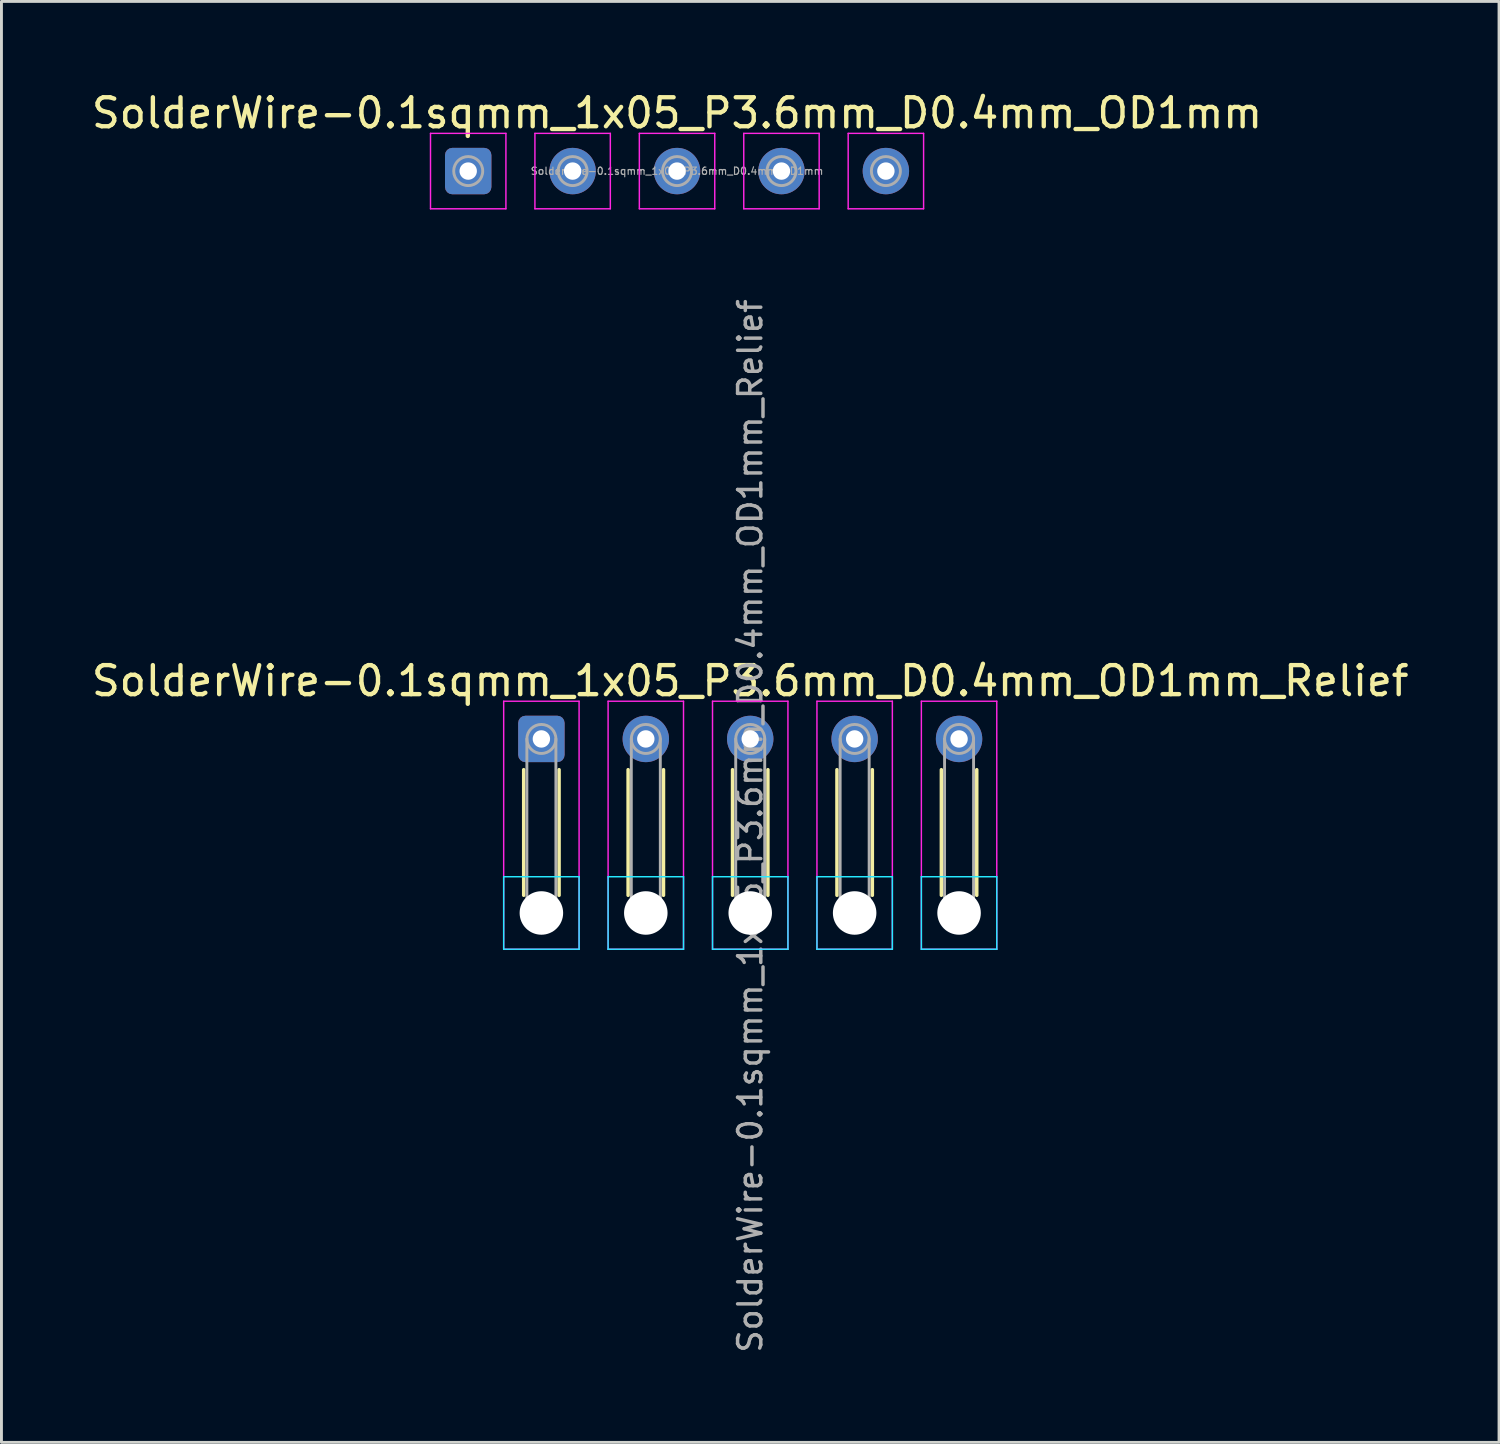
<source format=kicad_pcb>
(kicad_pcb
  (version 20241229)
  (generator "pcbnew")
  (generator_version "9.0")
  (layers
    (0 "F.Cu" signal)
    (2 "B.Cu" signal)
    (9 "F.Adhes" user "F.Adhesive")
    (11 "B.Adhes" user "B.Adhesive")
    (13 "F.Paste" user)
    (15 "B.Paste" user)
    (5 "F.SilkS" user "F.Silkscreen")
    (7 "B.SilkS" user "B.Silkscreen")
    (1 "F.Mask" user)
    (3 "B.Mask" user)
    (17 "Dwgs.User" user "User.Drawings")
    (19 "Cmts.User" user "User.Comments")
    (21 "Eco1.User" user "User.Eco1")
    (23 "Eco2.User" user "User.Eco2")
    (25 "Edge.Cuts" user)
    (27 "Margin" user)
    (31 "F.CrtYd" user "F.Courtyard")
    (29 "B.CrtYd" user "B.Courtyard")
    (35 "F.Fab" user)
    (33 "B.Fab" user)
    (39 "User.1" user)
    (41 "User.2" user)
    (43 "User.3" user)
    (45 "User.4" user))
  (footprint "SolderWire-0.1sqmm_1x05_P3.6mm_D0.4mm_OD1mm"
    (layer "F.Cu")
    (at 13.092 2.848)
    (property "Reference" "SolderWire-0.1sqmm_1x05_P3.6mm_D0.4mm_OD1mm" (at 7.2 -2 0) (layer "F.SilkS") (effects (font (size 1 1) (thickness 0.15))))
    (attr exclude_from_pos_files exclude_from_bom)
    (fp_line (start -1.3 -1.3) (end -1.3 1.3) (stroke (width 0.05) (type solid)) (layer "F.CrtYd"))
    (fp_line (start -1.3 1.3) (end 1.3 1.3) (stroke (width 0.05) (type solid)) (layer "F.CrtYd"))
    (fp_line (start 1.3 -1.3) (end -1.3 -1.3) (stroke (width 0.05) (type solid)) (layer "F.CrtYd"))
    (fp_line (start 1.3 1.3) (end 1.3 -1.3) (stroke (width 0.05) (type solid)) (layer "F.CrtYd"))
    (fp_line (start 2.3 -1.3) (end 2.3 1.3) (stroke (width 0.05) (type solid)) (layer "F.CrtYd"))
    (fp_line (start 2.3 1.3) (end 4.9 1.3) (stroke (width 0.05) (type solid)) (layer "F.CrtYd"))
    (fp_line (start 4.9 -1.3) (end 2.3 -1.3) (stroke (width 0.05) (type solid)) (layer "F.CrtYd"))
    (fp_line (start 4.9 1.3) (end 4.9 -1.3) (stroke (width 0.05) (type solid)) (layer "F.CrtYd"))
    (fp_line (start 5.9 -1.3) (end 5.9 1.3) (stroke (width 0.05) (type solid)) (layer "F.CrtYd"))
    (fp_line (start 5.9 1.3) (end 8.5 1.3) (stroke (width 0.05) (type solid)) (layer "F.CrtYd"))
    (fp_line (start 8.5 -1.3) (end 5.9 -1.3) (stroke (width 0.05) (type solid)) (layer "F.CrtYd"))
    (fp_line (start 8.5 1.3) (end 8.5 -1.3) (stroke (width 0.05) (type solid)) (layer "F.CrtYd"))
    (fp_line (start 9.5 -1.3) (end 9.5 1.3) (stroke (width 0.05) (type solid)) (layer "F.CrtYd"))
    (fp_line (start 9.5 1.3) (end 12.1 1.3) (stroke (width 0.05) (type solid)) (layer "F.CrtYd"))
    (fp_line (start 12.1 -1.3) (end 9.5 -1.3) (stroke (width 0.05) (type solid)) (layer "F.CrtYd"))
    (fp_line (start 12.1 1.3) (end 12.1 -1.3) (stroke (width 0.05) (type solid)) (layer "F.CrtYd"))
    (fp_line (start 13.1 -1.3) (end 13.1 1.3) (stroke (width 0.05) (type solid)) (layer "F.CrtYd"))
    (fp_line (start 13.1 1.3) (end 15.7 1.3) (stroke (width 0.05) (type solid)) (layer "F.CrtYd"))
    (fp_line (start 15.7 -1.3) (end 13.1 -1.3) (stroke (width 0.05) (type solid)) (layer "F.CrtYd"))
    (fp_line (start 15.7 1.3) (end 15.7 -1.3) (stroke (width 0.05) (type solid)) (layer "F.CrtYd"))
    (fp_circle (center 0 0) (end 0.5 0) (stroke (width 0.1) (type solid)) (fill no) (layer "F.Fab"))
    (fp_circle (center 3.6 0) (end 4.1 0) (stroke (width 0.1) (type solid)) (fill no) (layer "F.Fab"))
    (fp_circle (center 7.2 0) (end 7.7 0) (stroke (width 0.1) (type solid)) (fill no) (layer "F.Fab"))
    (fp_circle (center 10.8 0) (end 11.3 0) (stroke (width 0.1) (type solid)) (fill no) (layer "F.Fab"))
    (fp_circle (center 14.4 0) (end 14.9 0) (stroke (width 0.1) (type solid)) (fill no) (layer "F.Fab"))
    (fp_text user "${REFERENCE}" (at 7.2 0 0) (layer "F.Fab") (effects (font (size 0.25 0.25) (thickness 0.04))))
    (pad "1" thru_hole roundrect (at 0 0) (size 1.6 1.6) (drill 0.6) (layers "*.Cu" "*.Mask") (roundrect_rratio 0.156))
    (pad "2" thru_hole circle (at 3.6 0) (size 1.6 1.6) (drill 0.6) (layers "*.Cu" "*.Mask"))
    (pad "3" thru_hole circle (at 7.2 0) (size 1.6 1.6) (drill 0.6) (layers "*.Cu" "*.Mask"))
    (pad "4" thru_hole circle (at 10.8 0) (size 1.6 1.6) (drill 0.6) (layers "*.Cu" "*.Mask"))
    (pad "5" thru_hole circle (at 14.4 0) (size 1.6 1.6) (drill 0.6) (layers "*.Cu" "*.Mask")))
  (footprint "SolderWire-0.1sqmm_1x05_P3.6mm_D0.4mm_OD1mm_Relief"
    (layer "F.Cu")
    (at 15.615 22.426)
    (property "Reference" "SolderWire-0.1sqmm_1x05_P3.6mm_D0.4mm_OD1mm_Relief" (at 7.2 -2 0) (layer "F.SilkS") (effects (font (size 1 1) (thickness 0.15))))
    (attr exclude_from_pos_files exclude_from_bom)
    (fp_line (start -0.61 1.06) (end -0.61 5.39) (stroke (width 0.12) (type solid)) (layer "F.SilkS"))
    (fp_line (start 0.61 1.06) (end 0.61 5.39) (stroke (width 0.12) (type solid)) (layer "F.SilkS"))
    (fp_line (start 2.99 1.06) (end 2.99 5.39) (stroke (width 0.12) (type solid)) (layer "F.SilkS"))
    (fp_line (start 4.21 1.06) (end 4.21 5.39) (stroke (width 0.12) (type solid)) (layer "F.SilkS"))
    (fp_line (start 6.59 1.06) (end 6.59 5.39) (stroke (width 0.12) (type solid)) (layer "F.SilkS"))
    (fp_line (start 7.81 1.06) (end 7.81 5.39) (stroke (width 0.12) (type solid)) (layer "F.SilkS"))
    (fp_line (start 10.19 1.06) (end 10.19 5.39) (stroke (width 0.12) (type solid)) (layer "F.SilkS"))
    (fp_line (start 11.41 1.06) (end 11.41 5.39) (stroke (width 0.12) (type solid)) (layer "F.SilkS"))
    (fp_line (start 13.79 1.06) (end 13.79 5.39) (stroke (width 0.12) (type solid)) (layer "F.SilkS"))
    (fp_line (start 15.01 1.06) (end 15.01 5.39) (stroke (width 0.12) (type solid)) (layer "F.SilkS"))
    (fp_line (start -1.3 4.75) (end -1.3 7.25) (stroke (width 0.05) (type solid)) (layer "B.CrtYd"))
    (fp_line (start -1.3 7.25) (end 1.3 7.25) (stroke (width 0.05) (type solid)) (layer "B.CrtYd"))
    (fp_line (start 1.3 4.75) (end -1.3 4.75) (stroke (width 0.05) (type solid)) (layer "B.CrtYd"))
    (fp_line (start 1.3 7.25) (end 1.3 4.75) (stroke (width 0.05) (type solid)) (layer "B.CrtYd"))
    (fp_line (start 2.3 4.75) (end 2.3 7.25) (stroke (width 0.05) (type solid)) (layer "B.CrtYd"))
    (fp_line (start 2.3 7.25) (end 4.9 7.25) (stroke (width 0.05) (type solid)) (layer "B.CrtYd"))
    (fp_line (start 4.9 4.75) (end 2.3 4.75) (stroke (width 0.05) (type solid)) (layer "B.CrtYd"))
    (fp_line (start 4.9 7.25) (end 4.9 4.75) (stroke (width 0.05) (type solid)) (layer "B.CrtYd"))
    (fp_line (start 5.9 4.75) (end 5.9 7.25) (stroke (width 0.05) (type solid)) (layer "B.CrtYd"))
    (fp_line (start 5.9 7.25) (end 8.5 7.25) (stroke (width 0.05) (type solid)) (layer "B.CrtYd"))
    (fp_line (start 8.5 4.75) (end 5.9 4.75) (stroke (width 0.05) (type solid)) (layer "B.CrtYd"))
    (fp_line (start 8.5 7.25) (end 8.5 4.75) (stroke (width 0.05) (type solid)) (layer "B.CrtYd"))
    (fp_line (start 9.5 4.75) (end 9.5 7.25) (stroke (width 0.05) (type solid)) (layer "B.CrtYd"))
    (fp_line (start 9.5 7.25) (end 12.1 7.25) (stroke (width 0.05) (type solid)) (layer "B.CrtYd"))
    (fp_line (start 12.1 4.75) (end 9.5 4.75) (stroke (width 0.05) (type solid)) (layer "B.CrtYd"))
    (fp_line (start 12.1 7.25) (end 12.1 4.75) (stroke (width 0.05) (type solid)) (layer "B.CrtYd"))
    (fp_line (start 13.1 4.75) (end 13.1 7.25) (stroke (width 0.05) (type solid)) (layer "B.CrtYd"))
    (fp_line (start 13.1 7.25) (end 15.7 7.25) (stroke (width 0.05) (type solid)) (layer "B.CrtYd"))
    (fp_line (start 15.7 4.75) (end 13.1 4.75) (stroke (width 0.05) (type solid)) (layer "B.CrtYd"))
    (fp_line (start 15.7 7.25) (end 15.7 4.75) (stroke (width 0.05) (type solid)) (layer "B.CrtYd"))
    (fp_line (start -1.3 -1.3) (end -1.3 7.25) (stroke (width 0.05) (type solid)) (layer "F.CrtYd"))
    (fp_line (start -1.3 7.25) (end 1.3 7.25) (stroke (width 0.05) (type solid)) (layer "F.CrtYd"))
    (fp_line (start 1.3 -1.3) (end -1.3 -1.3) (stroke (width 0.05) (type solid)) (layer "F.CrtYd"))
    (fp_line (start 1.3 7.25) (end 1.3 -1.3) (stroke (width 0.05) (type solid)) (layer "F.CrtYd"))
    (fp_line (start 2.3 -1.3) (end 2.3 7.25) (stroke (width 0.05) (type solid)) (layer "F.CrtYd"))
    (fp_line (start 2.3 7.25) (end 4.9 7.25) (stroke (width 0.05) (type solid)) (layer "F.CrtYd"))
    (fp_line (start 4.9 -1.3) (end 2.3 -1.3) (stroke (width 0.05) (type solid)) (layer "F.CrtYd"))
    (fp_line (start 4.9 7.25) (end 4.9 -1.3) (stroke (width 0.05) (type solid)) (layer "F.CrtYd"))
    (fp_line (start 5.9 -1.3) (end 5.9 7.25) (stroke (width 0.05) (type solid)) (layer "F.CrtYd"))
    (fp_line (start 5.9 7.25) (end 8.5 7.25) (stroke (width 0.05) (type solid)) (layer "F.CrtYd"))
    (fp_line (start 8.5 -1.3) (end 5.9 -1.3) (stroke (width 0.05) (type solid)) (layer "F.CrtYd"))
    (fp_line (start 8.5 7.25) (end 8.5 -1.3) (stroke (width 0.05) (type solid)) (layer "F.CrtYd"))
    (fp_line (start 9.5 -1.3) (end 9.5 7.25) (stroke (width 0.05) (type solid)) (layer "F.CrtYd"))
    (fp_line (start 9.5 7.25) (end 12.1 7.25) (stroke (width 0.05) (type solid)) (layer "F.CrtYd"))
    (fp_line (start 12.1 -1.3) (end 9.5 -1.3) (stroke (width 0.05) (type solid)) (layer "F.CrtYd"))
    (fp_line (start 12.1 7.25) (end 12.1 -1.3) (stroke (width 0.05) (type solid)) (layer "F.CrtYd"))
    (fp_line (start 13.1 -1.3) (end 13.1 7.25) (stroke (width 0.05) (type solid)) (layer "F.CrtYd"))
    (fp_line (start 13.1 7.25) (end 15.7 7.25) (stroke (width 0.05) (type solid)) (layer "F.CrtYd"))
    (fp_line (start 15.7 -1.3) (end 13.1 -1.3) (stroke (width 0.05) (type solid)) (layer "F.CrtYd"))
    (fp_line (start 15.7 7.25) (end 15.7 -1.3) (stroke (width 0.05) (type solid)) (layer "F.CrtYd"))
    (fp_line (start -0.5 0) (end -0.5 6) (stroke (width 0.1) (type solid)) (layer "F.Fab"))
    (fp_line (start 0.5 0) (end 0.5 6) (stroke (width 0.1) (type solid)) (layer "F.Fab"))
    (fp_line (start 3.1 0) (end 3.1 6) (stroke (width 0.1) (type solid)) (layer "F.Fab"))
    (fp_line (start 4.1 0) (end 4.1 6) (stroke (width 0.1) (type solid)) (layer "F.Fab"))
    (fp_line (start 6.7 0) (end 6.7 6) (stroke (width 0.1) (type solid)) (layer "F.Fab"))
    (fp_line (start 7.7 0) (end 7.7 6) (stroke (width 0.1) (type solid)) (layer "F.Fab"))
    (fp_line (start 10.3 0) (end 10.3 6) (stroke (width 0.1) (type solid)) (layer "F.Fab"))
    (fp_line (start 11.3 0) (end 11.3 6) (stroke (width 0.1) (type solid)) (layer "F.Fab"))
    (fp_line (start 13.9 0) (end 13.9 6) (stroke (width 0.1) (type solid)) (layer "F.Fab"))
    (fp_line (start 14.9 0) (end 14.9 6) (stroke (width 0.1) (type solid)) (layer "F.Fab"))
    (fp_circle (center 0 0) (end 0.5 0) (stroke (width 0.1) (type solid)) (fill no) (layer "F.Fab"))
    (fp_circle (center 0 6) (end 0.5 6) (stroke (width 0.1) (type solid)) (fill no) (layer "F.Fab"))
    (fp_circle (center 3.6 0) (end 4.1 0) (stroke (width 0.1) (type solid)) (fill no) (layer "F.Fab"))
    (fp_circle (center 3.6 6) (end 4.1 6) (stroke (width 0.1) (type solid)) (fill no) (layer "F.Fab"))
    (fp_circle (center 7.2 0) (end 7.7 0) (stroke (width 0.1) (type solid)) (fill no) (layer "F.Fab"))
    (fp_circle (center 7.2 6) (end 7.7 6) (stroke (width 0.1) (type solid)) (fill no) (layer "F.Fab"))
    (fp_circle (center 10.8 0) (end 11.3 0) (stroke (width 0.1) (type solid)) (fill no) (layer "F.Fab"))
    (fp_circle (center 10.8 6) (end 11.3 6) (stroke (width 0.1) (type solid)) (fill no) (layer "F.Fab"))
    (fp_circle (center 14.4 0) (end 14.9 0) (stroke (width 0.1) (type solid)) (fill no) (layer "F.Fab"))
    (fp_circle (center 14.4 6) (end 14.9 6) (stroke (width 0.1) (type solid)) (fill no) (layer "F.Fab"))
    (fp_text user "${REFERENCE}" (at 7.2 3 90) (layer "F.Fab") (effects (font (size 0.8 0.8) (thickness 0.12))))
    (pad "" np_thru_hole circle (at 0 6) (size 1.5 1.5) (drill 1.5) (layers "*.Cu" "*.Mask"))
    (pad "" np_thru_hole circle (at 3.6 6) (size 1.5 1.5) (drill 1.5) (layers "*.Cu" "*.Mask"))
    (pad "" np_thru_hole circle (at 7.2 6) (size 1.5 1.5) (drill 1.5) (layers "*.Cu" "*.Mask"))
    (pad "" np_thru_hole circle (at 10.8 6) (size 1.5 1.5) (drill 1.5) (layers "*.Cu" "*.Mask"))
    (pad "" np_thru_hole circle (at 14.4 6) (size 1.5 1.5) (drill 1.5) (layers "*.Cu" "*.Mask"))
    (pad "1" thru_hole roundrect (at 0 0) (size 1.6 1.6) (drill 0.6) (layers "*.Cu" "*.Mask") (roundrect_rratio 0.156))
    (pad "2" thru_hole circle (at 3.6 0) (size 1.6 1.6) (drill 0.6) (layers "*.Cu" "*.Mask"))
    (pad "3" thru_hole circle (at 7.2 0) (size 1.6 1.6) (drill 0.6) (layers "*.Cu" "*.Mask"))
    (pad "4" thru_hole circle (at 10.8 0) (size 1.6 1.6) (drill 0.6) (layers "*.Cu" "*.Mask"))
    (pad "5" thru_hole circle (at 14.4 0) (size 1.6 1.6) (drill 0.6) (layers "*.Cu" "*.Mask")))
  (gr_rect
    (start -3 -3)
    (end 48.631 46.678)
    (stroke (width 0.1) (type default))
    (fill no)
    (layer "Edge.Cuts")))
</source>
